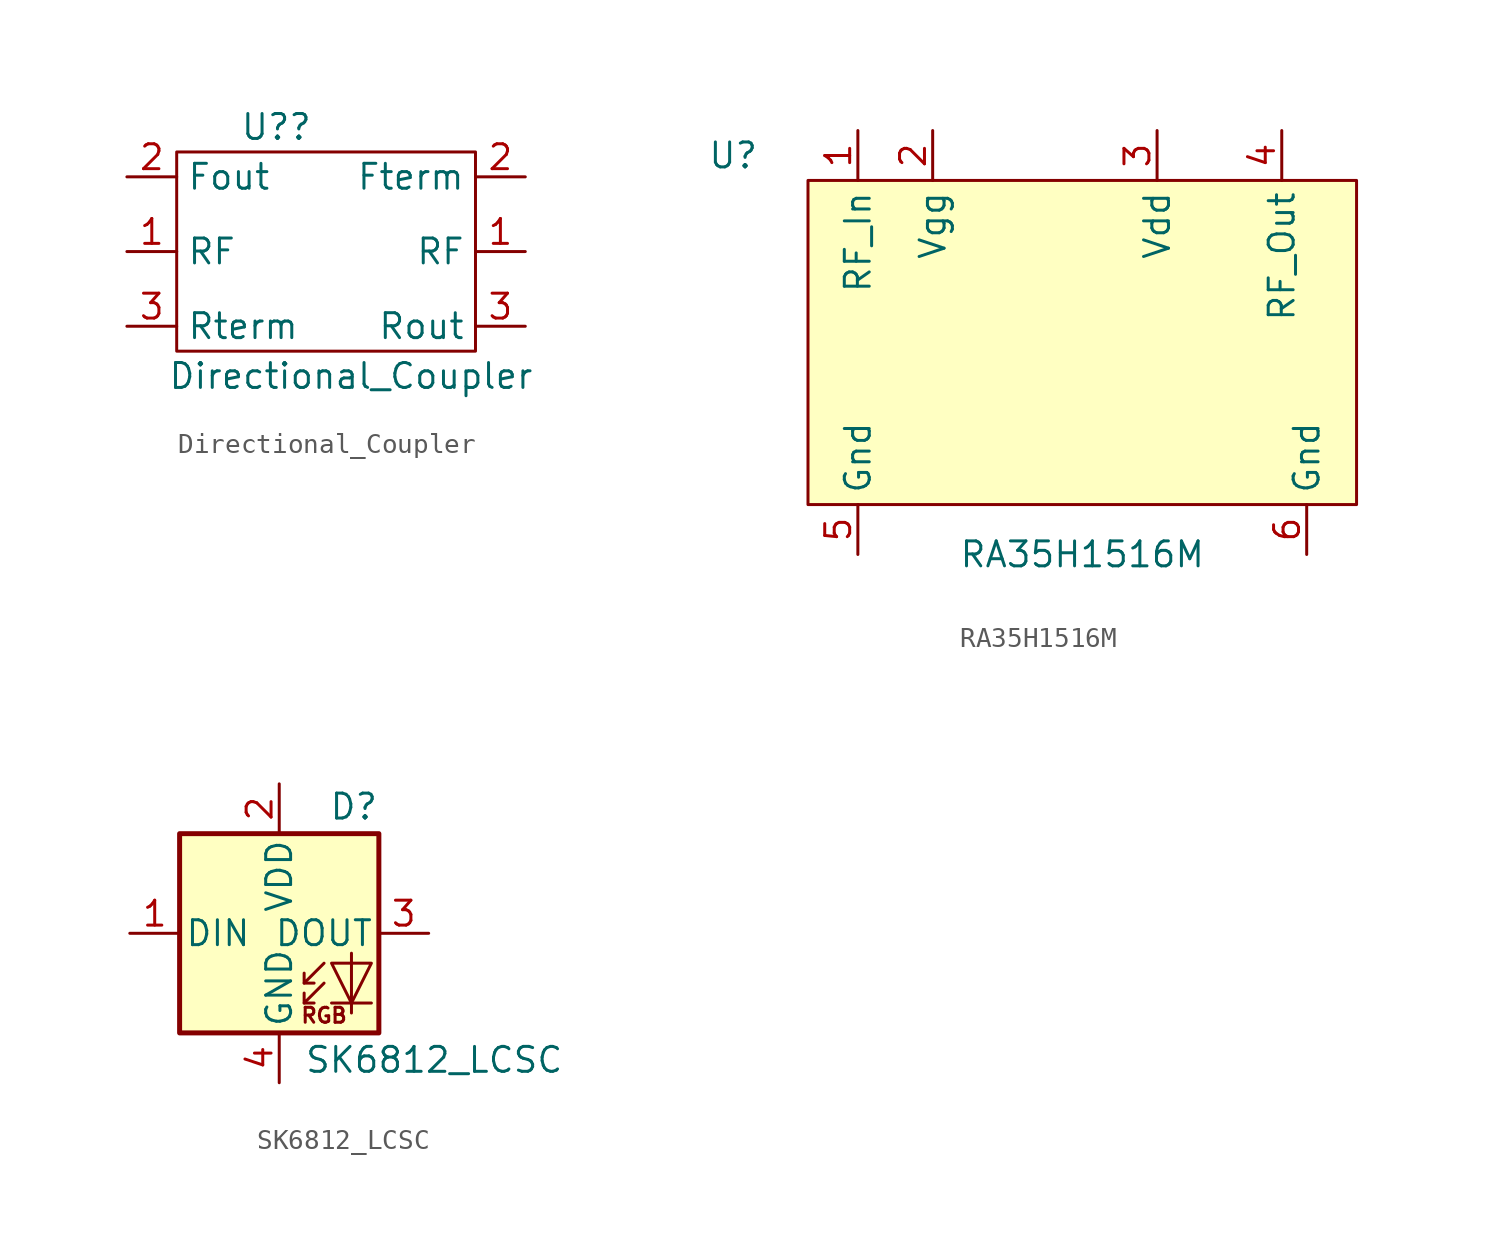
<source format=kicad_sym>
(kicad_symbol_lib
  (version 20231120)
  (generator "kicad_symbol_editor")
  (generator_version "8.0")
  (symbol "Directional_Coupler"
    (property "Reference" "U?"
      (at -2.54 6.35 0)
      (effects (font (size 1.27 1.27))))
    (property "Value" "Directional_Coupler"
      (at 1.27 -6.35 0)
      (effects (font (size 1.27 1.27))))
    (symbol "Directional_Coupler_0_1"
      (rectangle (start -7.62 5.08) (end 7.62 -5.08) (stroke (width 0.152) (type default)) (fill (type none))))
    (symbol "Directional_Coupler_1_1"
      (pin passive line (at -10.16 0 0) (length 2.54) (name "RF" (effects (font (size 1.27 1.27)))) (number "1" (effects (font (size 1.27 1.27)))))
      (pin passive line (at 10.16 0 180) (length 2.54) (name "RF" (effects (font (size 1.27 1.27)))) (number "1" (effects (font (size 1.27 1.27)))))
      (pin passive line (at -10.16 3.81 0) (length 2.54) (name "Fout" (effects (font (size 1.27 1.27)))) (number "2" (effects (font (size 1.27 1.27)))))
      (pin passive line (at 10.16 3.81 180) (length 2.54) (name "Fterm" (effects (font (size 1.27 1.27)))) (number "2" (effects (font (size 1.27 1.27)))))
      (pin passive line (at 10.16 -3.81 180) (length 2.54) (name "Rout" (effects (font (size 1.27 1.27)))) (number "3" (effects (font (size 1.27 1.27)))))
      (pin passive line (at -10.16 -3.81 0) (length 2.54) (name "Rterm" (effects (font (size 1.27 1.27)))) (number "3" (effects (font (size 1.27 1.27)))))))
  (symbol "RA35H1516M"
    (property "Reference" "U"
      (at -17.78 10.16 0)
      (effects (font (size 1.27 1.27))))
    (property "Value" "RA35H1516M"
      (at 0 -10.16 0)
      (effects (font (size 1.27 1.27))))
    (symbol "RA35H1516M_0_1"
      (rectangle (start -13.97 -7.62) (end 13.97 8.89) (stroke (width 0.152) (type default)) (fill (type background))))
    (symbol "RA35H1516M_1_1"
      (pin input line (at -11.43 11.43 270) (length 2.54) (name "RF_In" (effects (font (size 1.27 1.27)))) (number "1" (effects (font (size 1.27 1.27)))))
      (pin power_in line (at -7.62 11.43 270) (length 2.54) (name "Vgg" (effects (font (size 1.27 1.27)))) (number "2" (effects (font (size 1.27 1.27)))))
      (pin power_in line (at 3.81 11.43 270) (length 2.54) (name "Vdd" (effects (font (size 1.27 1.27)))) (number "3" (effects (font (size 1.27 1.27)))))
      (pin output line (at 10.16 11.43 270) (length 2.54) (name "RF_Out" (effects (font (size 1.27 1.27)))) (number "4" (effects (font (size 1.27 1.27)))))
      (pin power_in line (at -11.43 -10.16 90) (length 2.54) (name "Gnd" (effects (font (size 1.27 1.27)))) (number "5" (effects (font (size 1.27 1.27)))))
      (pin power_in line (at 11.43 -10.16 90) (length 2.54) (name "Gnd" (effects (font (size 1.27 1.27)))) (number "6" (effects (font (size 1.27 1.27)))))))
  (symbol "SK6812_LCSC"
    (pin_names
      (offset 0.254))
    (property "Reference" "D"
      (at 5.08 5.715 0)
      (effects (font (size 1.27 1.27)) (justify right bottom)))
    (property "Value" "SK6812_LCSC"
      (at 1.27 -5.715 0)
      (effects (font (size 1.27 1.27)) (justify left top)))
    (symbol "SK6812_LCSC_0_0"
      (text "RGB" (at 2.286 -4.191 0) (effects (font (size 0.762 0.762)))))
    (symbol "SK6812_LCSC_0_1"
      (polyline (pts (xy 1.27 -3.556) (xy 1.778 -3.556)) (stroke (width 0) (type default)) (fill (type none)))
      (polyline (pts (xy 1.27 -2.54) (xy 1.778 -2.54)) (stroke (width 0) (type default)) (fill (type none)))
      (polyline (pts (xy 4.699 -3.556) (xy 2.667 -3.556)) (stroke (width 0) (type default)) (fill (type none)))
      (polyline (pts (xy 2.286 -2.54) (xy 1.27 -3.556) (xy 1.27 -3.048)) (stroke (width 0) (type default)) (fill (type none)))
      (polyline (pts (xy 2.286 -1.524) (xy 1.27 -2.54) (xy 1.27 -2.032)) (stroke (width 0) (type default)) (fill (type none)))
      (polyline (pts (xy 3.683 -1.016) (xy 3.683 -3.556) (xy 3.683 -4.064)) (stroke (width 0) (type default)) (fill (type none)))
      (polyline (pts (xy 4.699 -1.524) (xy 2.667 -1.524) (xy 3.683 -3.556) (xy 4.699 -1.524)) (stroke (width 0) (type default)) (fill (type none)))
      (rectangle (start 5.08 5.08) (end -5.08 -5.08) (stroke (width 0.254) (type default)) (fill (type background))))
    (symbol "SK6812_LCSC_1_1"
      (pin input line (at -7.62 0 0) (length 2.54) (name "DIN" (effects (font (size 1.27 1.27)))) (number "1" (effects (font (size 1.27 1.27)))))
      (pin power_in line (at 0 7.62 270) (length 2.54) (name "VDD" (effects (font (size 1.27 1.27)))) (number "2" (effects (font (size 1.27 1.27)))))
      (pin output line (at 7.62 0 180) (length 2.54) (name "DOUT" (effects (font (size 1.27 1.27)))) (number "3" (effects (font (size 1.27 1.27)))))
      (pin power_in line (at 0 -7.62 90) (length 2.54) (name "GND" (effects (font (size 1.27 1.27)))) (number "4" (effects (font (size 1.27 1.27))))))))
</source>
